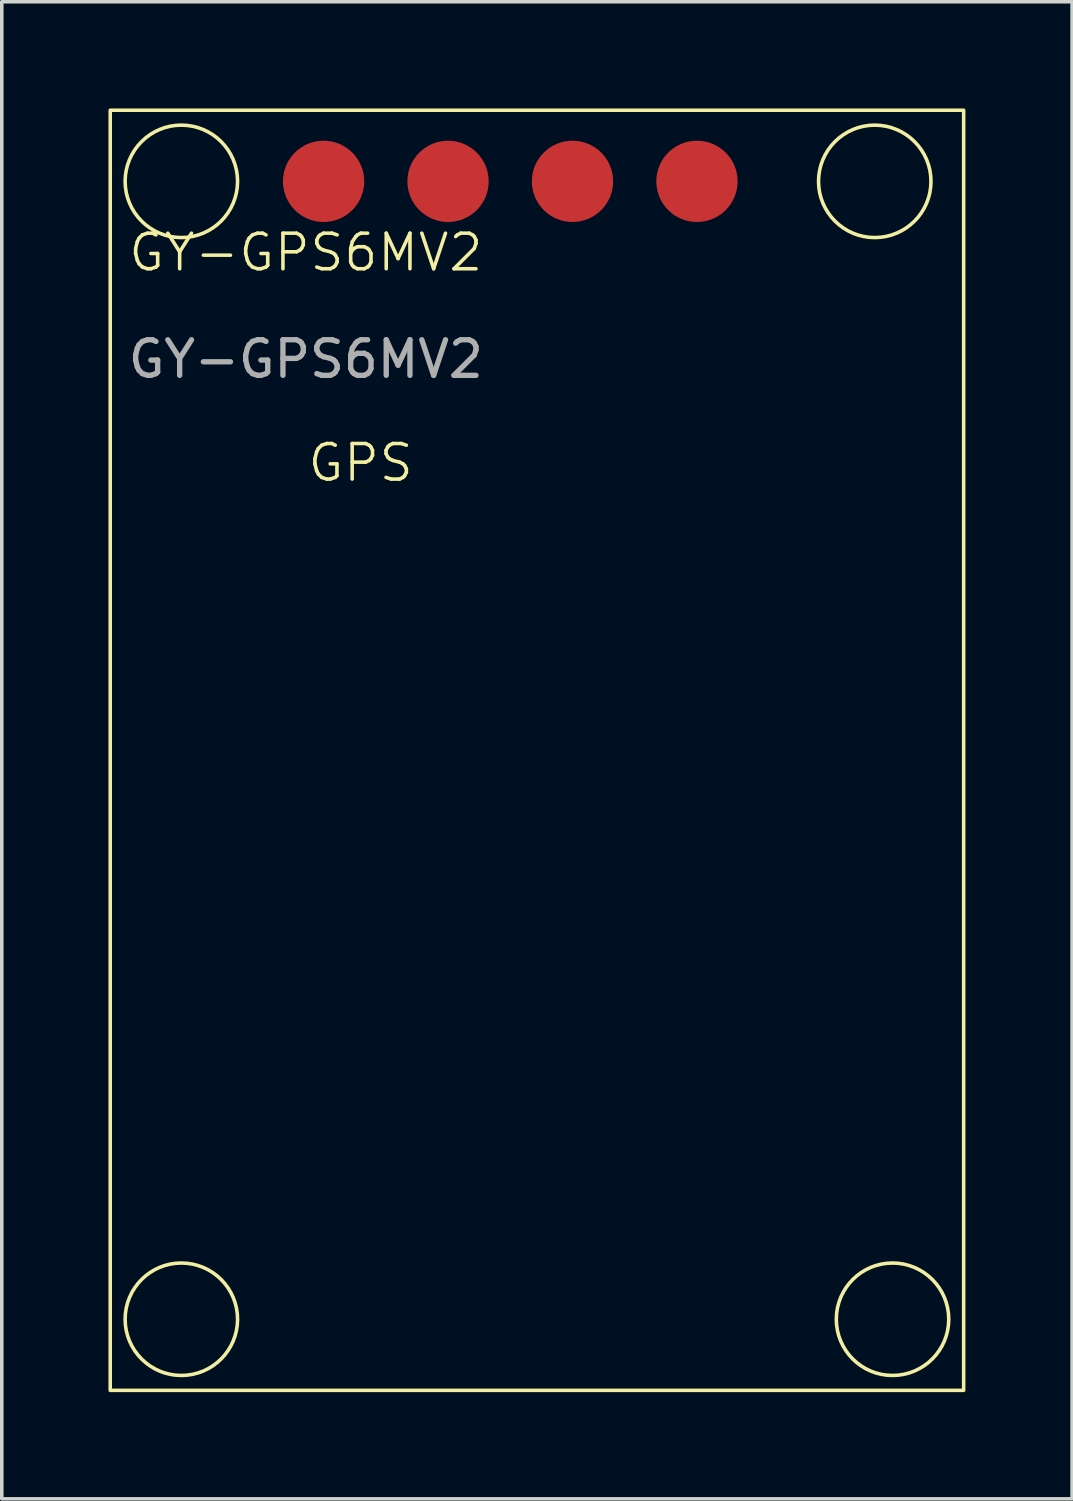
<source format=kicad_pcb>
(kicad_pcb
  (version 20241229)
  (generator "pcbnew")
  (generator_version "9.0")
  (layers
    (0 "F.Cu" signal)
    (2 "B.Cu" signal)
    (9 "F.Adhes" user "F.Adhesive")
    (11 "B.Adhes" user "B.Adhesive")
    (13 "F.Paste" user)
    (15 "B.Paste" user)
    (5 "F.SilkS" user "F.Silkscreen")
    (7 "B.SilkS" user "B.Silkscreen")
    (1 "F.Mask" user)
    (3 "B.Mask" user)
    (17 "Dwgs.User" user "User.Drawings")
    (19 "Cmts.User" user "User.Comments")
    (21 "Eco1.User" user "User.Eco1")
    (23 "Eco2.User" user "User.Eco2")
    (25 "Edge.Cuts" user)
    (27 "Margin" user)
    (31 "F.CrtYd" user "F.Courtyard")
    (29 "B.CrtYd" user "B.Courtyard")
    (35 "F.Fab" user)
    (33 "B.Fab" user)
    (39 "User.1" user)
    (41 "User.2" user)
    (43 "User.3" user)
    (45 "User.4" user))
  (footprint "GY-GPS6MV2"
    (layer "F.Cu")
    (at 5.55 4.55)
    (property "Reference" "GY-GPS6MV2" (at 0 -0.5 0) (unlocked yes) (layer "F.SilkS") (effects (font (size 1 1) (thickness 0.1))))
    (attr smd)
    (fp_rect (start -5.5 -4.5) (end 18.5 31.5) (stroke (width 0.1) (type default)) (fill no) (layer "F.SilkS"))
    (fp_circle (center -3.5 -2.5) (end -3 -1) (stroke (width 0.1) (type default)) (fill no) (layer "F.SilkS"))
    (fp_circle (center -3.5 29.5) (end -3 31) (stroke (width 0.1) (type default)) (fill no) (layer "F.SilkS"))
    (fp_circle (center 16 -2.5) (end 16.5 -1) (stroke (width 0.1) (type default)) (fill no) (layer "F.SilkS"))
    (fp_circle (center 16.5 29.5) (end 17 31) (stroke (width 0.1) (type default)) (fill no) (layer "F.SilkS"))
    (fp_text user "GPS" (at 0 6 0) (unlocked yes) (layer "F.SilkS") (effects (font (size 1 1) (thickness 0.1)) (justify left bottom)))
    (fp_text user "${REFERENCE}" (at 0 2.5 0) (unlocked yes) (layer "F.Fab") (effects (font (size 1 1) (thickness 0.15))))
    (pad "1" smd circle (at 0.5 -2.5) (size 2.286 2.286) (layers "F.Cu" "F.Mask" "F.Paste"))
    (pad "2" smd circle (at 4 -2.5) (size 2.286 2.286) (layers "F.Cu" "F.Mask" "F.Paste"))
    (pad "3" smd circle (at 7.5 -2.5) (size 2.286 2.286) (layers "F.Cu" "F.Mask" "F.Paste"))
    (pad "4" smd circle (at 11 -2.5) (size 2.286 2.286) (layers "F.Cu" "F.Mask" "F.Paste")))
  (gr_rect
    (start -3 -3)
    (end 27.1 39.1)
    (stroke (width 0.1) (type default))
    (fill no)
    (layer "Edge.Cuts")))
</source>
